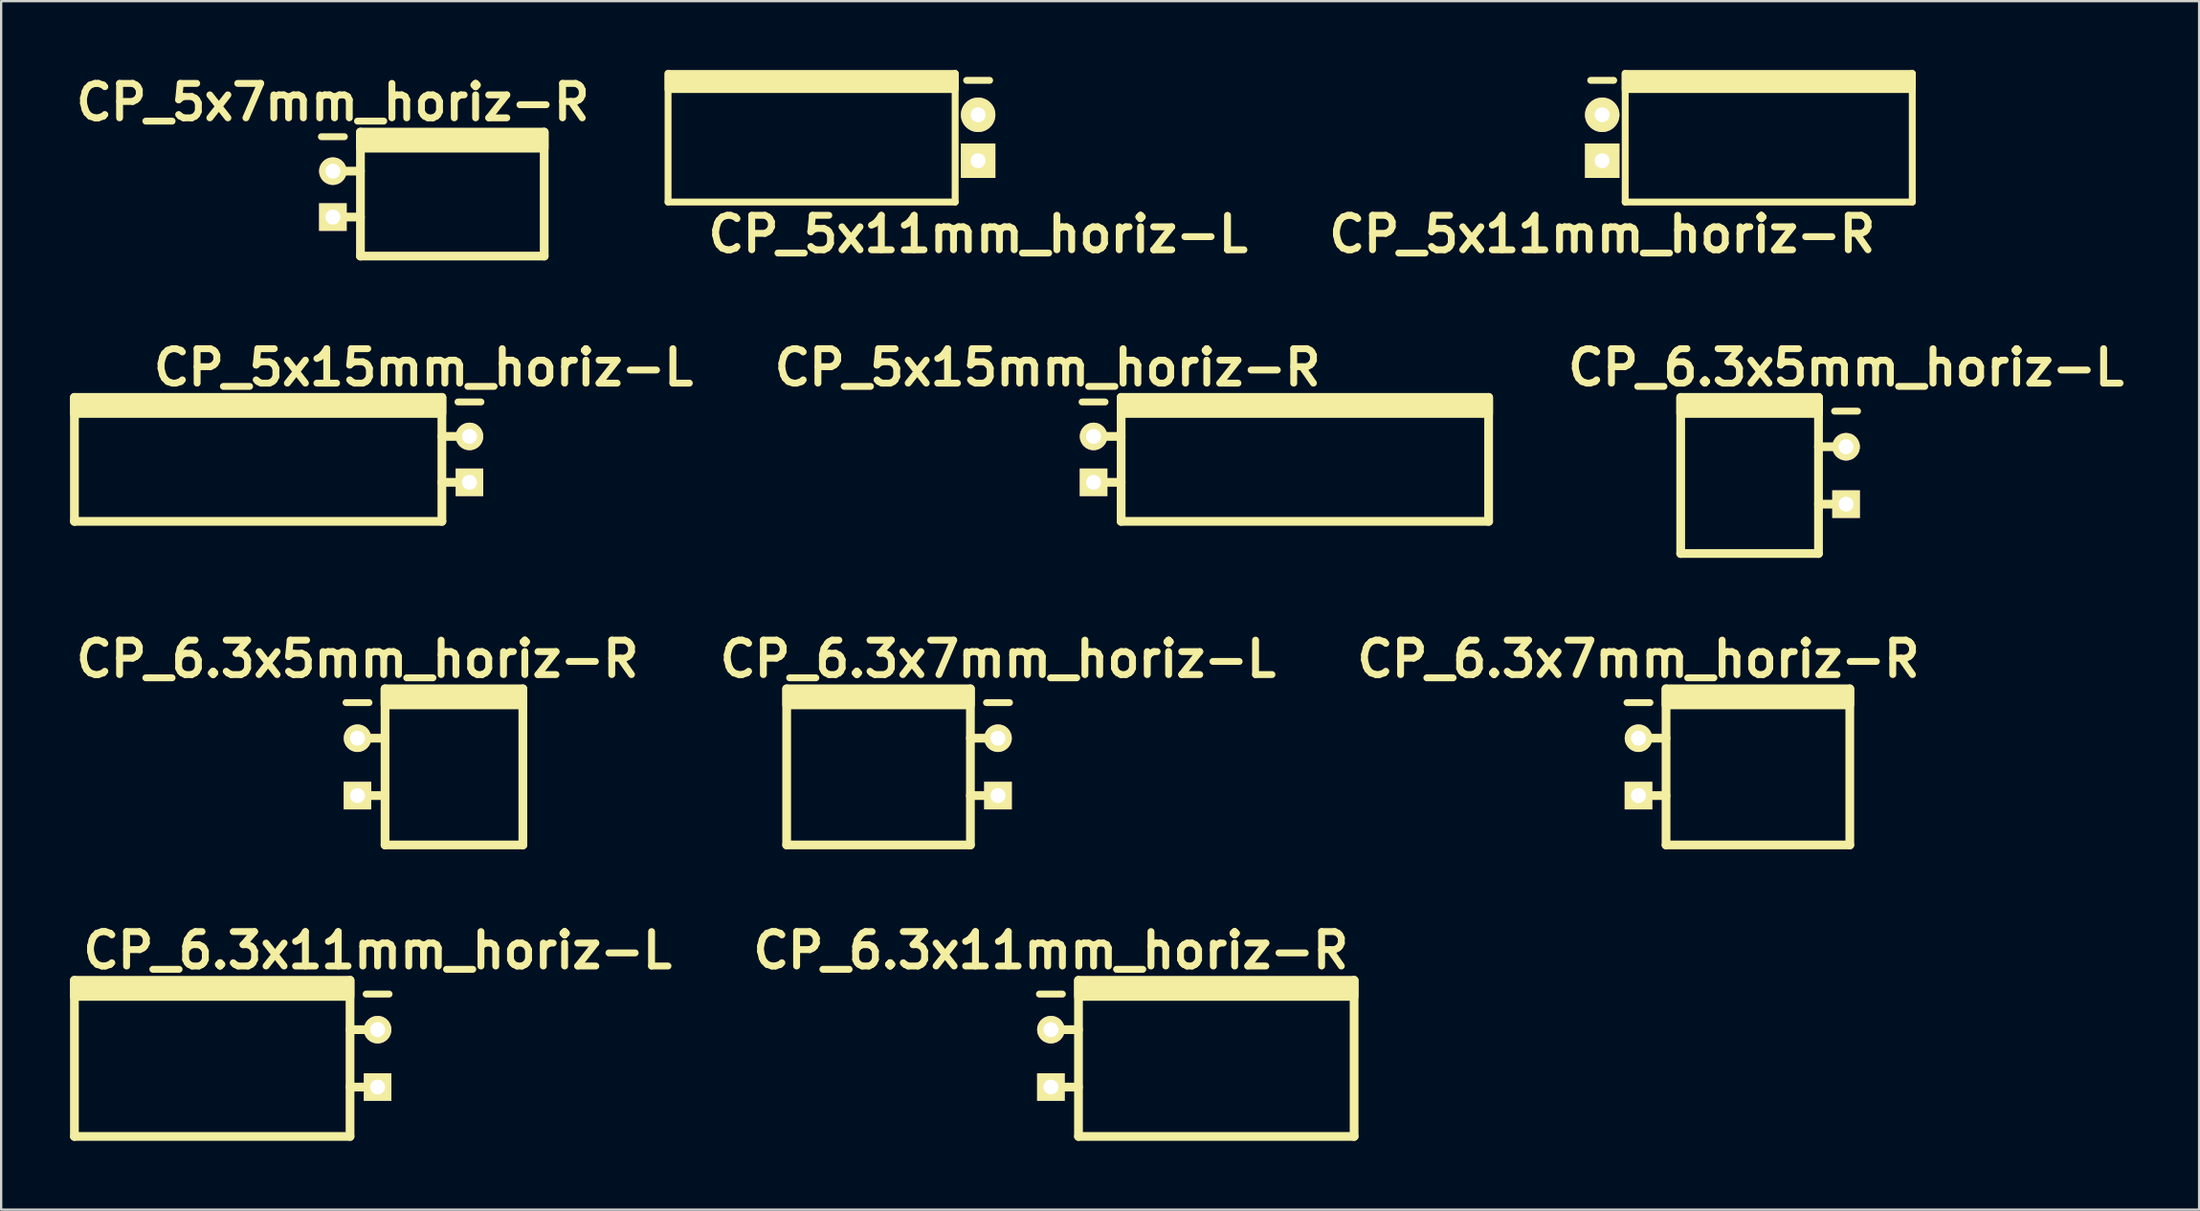
<source format=kicad_pcb>
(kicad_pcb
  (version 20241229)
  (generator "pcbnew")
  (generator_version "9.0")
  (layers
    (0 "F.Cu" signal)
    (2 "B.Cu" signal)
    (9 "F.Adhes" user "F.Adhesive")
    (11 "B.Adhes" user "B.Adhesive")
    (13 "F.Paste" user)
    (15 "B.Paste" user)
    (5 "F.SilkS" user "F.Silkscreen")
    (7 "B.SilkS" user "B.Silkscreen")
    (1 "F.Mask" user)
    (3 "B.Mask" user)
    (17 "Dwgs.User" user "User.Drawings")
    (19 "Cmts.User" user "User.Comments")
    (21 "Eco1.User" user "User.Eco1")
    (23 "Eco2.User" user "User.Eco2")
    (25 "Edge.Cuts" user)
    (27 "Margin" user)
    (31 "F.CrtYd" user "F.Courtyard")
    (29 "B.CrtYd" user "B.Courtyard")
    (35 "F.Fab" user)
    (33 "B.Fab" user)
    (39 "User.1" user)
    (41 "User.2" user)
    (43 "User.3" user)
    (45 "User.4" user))
  (footprint "CP_6.3x7mm_horiz-R"
    (layer "F.Cu")
    (at 68.286 30.352)
    (property "Reference" "CP_6.3x7mm_horiz-R" (at 0 -4.7 0) (layer "F.SilkS") (effects (font (size 1.5 1.5) (thickness 0.3))))
    (attr through_hole)
    (fp_line (start -0.5 -2.8) (end 0.5 -2.8) (stroke (width 0.3) (type solid)) (layer "F.SilkS"))
    (fp_line (start 0 -1.25) (end 1.2 -1.25) (stroke (width 0.381) (type solid)) (layer "F.SilkS"))
    (fp_line (start 0 1.25) (end 1.2 1.25) (stroke (width 0.381) (type solid)) (layer "F.SilkS"))
    (fp_line (start 1.2 3.4) (end 1.2 -3.4) (stroke (width 0.381) (type solid)) (layer "F.SilkS"))
    (fp_line (start 9.2 -3.4) (end 9.2 3.4) (stroke (width 0.381) (type solid)) (layer "F.SilkS"))
    (fp_line (start 9.2 3.4) (end 1.2 3.4) (stroke (width 0.381) (type solid)) (layer "F.SilkS"))
    (fp_poly (pts (xy 9.2 -2.7) (xy 1.2 -2.7) (xy 1.2 -3.4) (xy 9.2 -3.4)) (stroke (width 0.381) (type solid)) (fill yes) (layer "F.SilkS"))
    (pad "1" thru_hole rect (at 0 1.25) (size 1.2 1.2) (drill 0.65) (layers "*.Cu" "*.Mask" "F.SilkS"))
    (pad "2" thru_hole circle (at 0 -1.25) (size 1.2 1.2) (drill 0.65) (layers "*.Cu" "*.Mask" "F.SilkS")))
  (footprint "CP_6.3x11mm_horiz-R"
    (layer "F.Cu")
    (at 42.705 43.047)
    (property "Reference" "CP_6.3x11mm_horiz-R" (at 0 -4.7 0) (layer "F.SilkS") (effects (font (size 1.5 1.5) (thickness 0.3))))
    (attr through_hole)
    (fp_line (start -0.5 -2.8) (end 0.5 -2.8) (stroke (width 0.3) (type solid)) (layer "F.SilkS"))
    (fp_line (start 0 -1.25) (end 1.2 -1.25) (stroke (width 0.381) (type solid)) (layer "F.SilkS"))
    (fp_line (start 0 1.25) (end 1.2 1.25) (stroke (width 0.381) (type solid)) (layer "F.SilkS"))
    (fp_line (start 1.2 3.4) (end 1.2 -3.4) (stroke (width 0.381) (type solid)) (layer "F.SilkS"))
    (fp_line (start 13.2 -3.4) (end 13.2 3.4) (stroke (width 0.381) (type solid)) (layer "F.SilkS"))
    (fp_line (start 13.2 3.4) (end 1.2 3.4) (stroke (width 0.381) (type solid)) (layer "F.SilkS"))
    (fp_poly (pts (xy 13.2 -2.7) (xy 1.2 -2.7) (xy 1.2 -3.4) (xy 13.2 -3.4)) (stroke (width 0.381) (type solid)) (fill yes) (layer "F.SilkS"))
    (pad "1" thru_hole rect (at 0 1.25) (size 1.2 1.2) (drill 0.65) (layers "*.Cu" "*.Mask" "F.SilkS"))
    (pad "2" thru_hole circle (at 0 -1.25) (size 1.2 1.2) (drill 0.65) (layers "*.Cu" "*.Mask" "F.SilkS")))
  (footprint "CP_5x15mm_horiz-L"
    (layer "F.Cu")
    (at 17.39 16.958)
    (property "Reference" "CP_5x15mm_horiz-L" (at -2 -4 0) (layer "F.SilkS") (effects (font (size 1.5 1.5) (thickness 0.3))))
    (attr through_hole)
    (fp_line (start -17.2 2.7) (end -17.2 -2.7) (stroke (width 0.381) (type solid)) (layer "F.SilkS"))
    (fp_line (start -1.2 -2.7) (end -1.2 2.7) (stroke (width 0.381) (type solid)) (layer "F.SilkS"))
    (fp_line (start -1.2 -1) (end 0 -1) (stroke (width 0.381) (type solid)) (layer "F.SilkS"))
    (fp_line (start -1.2 1) (end 0 1) (stroke (width 0.381) (type solid)) (layer "F.SilkS"))
    (fp_line (start -1.2 2.7) (end -17.2 2.7) (stroke (width 0.381) (type solid)) (layer "F.SilkS"))
    (fp_line (start -0.5 -2.5) (end 0.5 -2.5) (stroke (width 0.3) (type solid)) (layer "F.SilkS"))
    (fp_poly (pts (xy -1.2 -2) (xy -17.2 -2) (xy -17.2 -2.7) (xy -1.2 -2.7)) (stroke (width 0.381) (type solid)) (fill yes) (layer "F.SilkS"))
    (pad "1" thru_hole rect (at 0 1) (size 1.2 1.2) (drill 0.65) (layers "*.Cu" "*.Mask" "F.SilkS"))
    (pad "2" thru_hole circle (at 0 -1) (size 1.2 1.2) (drill 0.65) (layers "*.Cu" "*.Mask" "F.SilkS")))
  (footprint "CP_6.3x7mm_horiz-L"
    (layer "F.Cu")
    (at 40.4 30.352)
    (property "Reference" "CP_6.3x7mm_horiz-L" (at 0 -4.7 0) (layer "F.SilkS") (effects (font (size 1.5 1.5) (thickness 0.3))))
    (attr through_hole)
    (fp_line (start -9.2 3.4) (end -9.2 -3.4) (stroke (width 0.381) (type solid)) (layer "F.SilkS"))
    (fp_line (start -1.2 -3.4) (end -1.2 3.4) (stroke (width 0.381) (type solid)) (layer "F.SilkS"))
    (fp_line (start -1.2 -1.25) (end 0 -1.25) (stroke (width 0.381) (type solid)) (layer "F.SilkS"))
    (fp_line (start -1.2 1.25) (end 0 1.25) (stroke (width 0.381) (type solid)) (layer "F.SilkS"))
    (fp_line (start -1.2 3.4) (end -9.2 3.4) (stroke (width 0.381) (type solid)) (layer "F.SilkS"))
    (fp_line (start -0.5 -2.8) (end 0.5 -2.8) (stroke (width 0.3) (type solid)) (layer "F.SilkS"))
    (fp_poly (pts (xy -1.2 -2.7) (xy -9.2 -2.7) (xy -9.2 -3.4) (xy -1.2 -3.4)) (stroke (width 0.381) (type solid)) (fill yes) (layer "F.SilkS"))
    (pad "1" thru_hole rect (at 0 1.25) (size 1.2 1.2) (drill 0.65) (layers "*.Cu" "*.Mask" "F.SilkS"))
    (pad "2" thru_hole circle (at 0 -1.25) (size 1.2 1.2) (drill 0.65) (layers "*.Cu" "*.Mask" "F.SilkS")))
  (footprint "CP_5x11mm_horiz-R"
    (layer "F.Cu")
    (at 66.707 2.95)
    (property "Reference" "CP_5x11mm_horiz-R" (at 0 4.2 0) (layer "F.SilkS") (effects (font (size 1.5 1.5) (thickness 0.3))))
    (attr through_hole)
    (fp_line (start -0.5 -2.5) (end 0.5 -2.5) (stroke (width 0.3) (type solid)) (layer "F.SilkS"))
    (fp_line (start 1 -2.8) (end 1 2.8) (stroke (width 0.3) (type solid)) (layer "F.SilkS"))
    (fp_line (start 13.5 -2.8) (end 13.5 2.8) (stroke (width 0.3) (type solid)) (layer "F.SilkS"))
    (fp_line (start 13.5 2.8) (end 1 2.8) (stroke (width 0.3) (type solid)) (layer "F.SilkS"))
    (fp_poly (pts (xy 13.5 -2.1) (xy 1 -2.1) (xy 1 -2.8) (xy 13.5 -2.8)) (stroke (width 0.3) (type solid)) (fill yes) (layer "F.SilkS"))
    (pad "1" thru_hole rect (at 0 1) (size 1.5 1.5) (drill 0.65) (layers "*.Cu" "*.Mask" "F.SilkS"))
    (pad "2" thru_hole circle (at 0 -1) (size 1.5 1.5) (drill 0.65) (layers "*.Cu" "*.Mask" "F.SilkS")))
  (footprint "CP_5x15mm_horiz-R"
    (layer "F.Cu")
    (at 44.562 16.958)
    (property "Reference" "CP_5x15mm_horiz-R" (at -2 -4 0) (layer "F.SilkS") (effects (font (size 1.5 1.5) (thickness 0.3))))
    (attr through_hole)
    (fp_line (start -0.5 -2.5) (end 0.5 -2.5) (stroke (width 0.3) (type solid)) (layer "F.SilkS"))
    (fp_line (start 0 -1) (end 1.2 -1) (stroke (width 0.381) (type solid)) (layer "F.SilkS"))
    (fp_line (start 0 1) (end 1.2 1) (stroke (width 0.381) (type solid)) (layer "F.SilkS"))
    (fp_line (start 1.2 2.7) (end 1.2 -2.7) (stroke (width 0.381) (type solid)) (layer "F.SilkS"))
    (fp_line (start 17.2 -2.7) (end 17.2 2.7) (stroke (width 0.381) (type solid)) (layer "F.SilkS"))
    (fp_line (start 17.2 2.7) (end 1.2 2.7) (stroke (width 0.381) (type solid)) (layer "F.SilkS"))
    (fp_poly (pts (xy 17.2 -2) (xy 1.2 -2) (xy 1.2 -2.7) (xy 17.2 -2.7)) (stroke (width 0.381) (type solid)) (fill yes) (layer "F.SilkS"))
    (pad "1" thru_hole rect (at 0 1) (size 1.2 1.2) (drill 0.65) (layers "*.Cu" "*.Mask" "F.SilkS"))
    (pad "2" thru_hole circle (at 0 -1) (size 1.2 1.2) (drill 0.65) (layers "*.Cu" "*.Mask" "F.SilkS")))
  (footprint "CP_6.3x11mm_horiz-L"
    (layer "F.Cu")
    (at 13.39 43.047)
    (property "Reference" "CP_6.3x11mm_horiz-L" (at 0 -4.7 0) (layer "F.SilkS") (effects (font (size 1.5 1.5) (thickness 0.3))))
    (attr through_hole)
    (fp_line (start -13.2 3.4) (end -13.2 -3.4) (stroke (width 0.381) (type solid)) (layer "F.SilkS"))
    (fp_line (start -1.2 -3.4) (end -1.2 3.4) (stroke (width 0.381) (type solid)) (layer "F.SilkS"))
    (fp_line (start -1.2 -1.25) (end 0 -1.25) (stroke (width 0.381) (type solid)) (layer "F.SilkS"))
    (fp_line (start -1.2 1.25) (end 0 1.25) (stroke (width 0.381) (type solid)) (layer "F.SilkS"))
    (fp_line (start -1.2 3.4) (end -13.2 3.4) (stroke (width 0.381) (type solid)) (layer "F.SilkS"))
    (fp_line (start -0.5 -2.8) (end 0.5 -2.8) (stroke (width 0.3) (type solid)) (layer "F.SilkS"))
    (fp_poly (pts (xy -1.2 -2.7) (xy -13.2 -2.7) (xy -13.2 -3.4) (xy -1.2 -3.4)) (stroke (width 0.381) (type solid)) (fill yes) (layer "F.SilkS"))
    (pad "1" thru_hole rect (at 0 1.25) (size 1.2 1.2) (drill 0.65) (layers "*.Cu" "*.Mask" "F.SilkS"))
    (pad "2" thru_hole circle (at 0 -1.25) (size 1.2 1.2) (drill 0.65) (layers "*.Cu" "*.Mask" "F.SilkS")))
  (footprint "CP_5x7mm_horiz-R"
    (layer "F.Cu")
    (at 11.443 5.404)
    (property "Reference" "CP_5x7mm_horiz-R" (at 0 -4 0) (layer "F.SilkS") (effects (font (size 1.5 1.5) (thickness 0.3))))
    (attr through_hole)
    (fp_line (start -0.5 -2.5) (end 0.5 -2.5) (stroke (width 0.3) (type solid)) (layer "F.SilkS"))
    (fp_line (start 0 -1) (end 1.2 -1) (stroke (width 0.381) (type solid)) (layer "F.SilkS"))
    (fp_line (start 0 1) (end 1.2 1) (stroke (width 0.381) (type solid)) (layer "F.SilkS"))
    (fp_line (start 1.2 2.7) (end 1.2 -2.7) (stroke (width 0.381) (type solid)) (layer "F.SilkS"))
    (fp_line (start 9.2 -2.7) (end 9.2 2.7) (stroke (width 0.381) (type solid)) (layer "F.SilkS"))
    (fp_line (start 9.2 2.7) (end 1.2 2.7) (stroke (width 0.381) (type solid)) (layer "F.SilkS"))
    (fp_poly (pts (xy 9.2 -2) (xy 1.2 -2) (xy 1.2 -2.7) (xy 9.2 -2.7)) (stroke (width 0.381) (type solid)) (fill yes) (layer "F.SilkS"))
    (pad "1" thru_hole rect (at 0 1) (size 1.2 1.2) (drill 0.65) (layers "*.Cu" "*.Mask" "F.SilkS"))
    (pad "2" thru_hole circle (at 0 -1) (size 1.2 1.2) (drill 0.65) (layers "*.Cu" "*.Mask" "F.SilkS")))
  (footprint "CP_6.3x5mm_horiz-R"
    (layer "F.Cu")
    (at 12.514 30.352)
    (property "Reference" "CP_6.3x5mm_horiz-R" (at 0 -4.7 0) (layer "F.SilkS") (effects (font (size 1.5 1.5) (thickness 0.3))))
    (attr through_hole)
    (fp_line (start -0.5 -2.8) (end 0.5 -2.8) (stroke (width 0.3) (type solid)) (layer "F.SilkS"))
    (fp_line (start 0 -1.25) (end 1.2 -1.25) (stroke (width 0.381) (type solid)) (layer "F.SilkS"))
    (fp_line (start 0 1.25) (end 1.2 1.25) (stroke (width 0.381) (type solid)) (layer "F.SilkS"))
    (fp_line (start 1.2 3.4) (end 1.2 -3.4) (stroke (width 0.381) (type solid)) (layer "F.SilkS"))
    (fp_line (start 7.2 -3.4) (end 7.2 3.4) (stroke (width 0.381) (type solid)) (layer "F.SilkS"))
    (fp_line (start 7.2 3.4) (end 1.2 3.4) (stroke (width 0.381) (type solid)) (layer "F.SilkS"))
    (fp_poly (pts (xy 7.2 -2.7) (xy 1.2 -2.7) (xy 1.2 -3.4) (xy 7.2 -3.4)) (stroke (width 0.381) (type solid)) (fill yes) (layer "F.SilkS"))
    (pad "1" thru_hole rect (at 0 1.25) (size 1.2 1.2) (drill 0.65) (layers "*.Cu" "*.Mask" "F.SilkS"))
    (pad "2" thru_hole circle (at 0 -1.25) (size 1.2 1.2) (drill 0.65) (layers "*.Cu" "*.Mask" "F.SilkS")))
  (footprint "CP_6.3x5mm_horiz-L"
    (layer "F.Cu")
    (at 77.324 17.658)
    (property "Reference" "CP_6.3x5mm_horiz-L" (at 0 -4.7 0) (layer "F.SilkS") (effects (font (size 1.5 1.5) (thickness 0.3))))
    (attr through_hole)
    (fp_line (start -7.2 3.4) (end -7.2 -3.4) (stroke (width 0.381) (type solid)) (layer "F.SilkS"))
    (fp_line (start -1.2 -3.4) (end -1.2 3.4) (stroke (width 0.381) (type solid)) (layer "F.SilkS"))
    (fp_line (start -1.2 -1.25) (end 0 -1.25) (stroke (width 0.381) (type solid)) (layer "F.SilkS"))
    (fp_line (start -1.2 1.25) (end 0 1.25) (stroke (width 0.381) (type solid)) (layer "F.SilkS"))
    (fp_line (start -1.2 3.4) (end -7.2 3.4) (stroke (width 0.381) (type solid)) (layer "F.SilkS"))
    (fp_line (start -0.5 -2.8) (end 0.5 -2.8) (stroke (width 0.3) (type solid)) (layer "F.SilkS"))
    (fp_poly (pts (xy -1.2 -2.7) (xy -7.2 -2.7) (xy -7.2 -3.4) (xy -1.2 -3.4)) (stroke (width 0.381) (type solid)) (fill yes) (layer "F.SilkS"))
    (pad "1" thru_hole rect (at 0 1.25) (size 1.2 1.2) (drill 0.65) (layers "*.Cu" "*.Mask" "F.SilkS"))
    (pad "2" thru_hole circle (at 0 -1.25) (size 1.2 1.2) (drill 0.65) (layers "*.Cu" "*.Mask" "F.SilkS")))
  (footprint "CP_5x11mm_horiz-L"
    (layer "F.Cu")
    (at 39.536 2.95)
    (property "Reference" "CP_5x11mm_horiz-L" (at 0 4.2 0) (layer "F.SilkS") (effects (font (size 1.5 1.5) (thickness 0.3))))
    (attr through_hole)
    (fp_line (start -13.5 -2.8) (end -13.5 2.8) (stroke (width 0.3) (type solid)) (layer "F.SilkS"))
    (fp_line (start -1 -2.8) (end -1 2.8) (stroke (width 0.3) (type solid)) (layer "F.SilkS"))
    (fp_line (start -1 2.8) (end -13.5 2.8) (stroke (width 0.3) (type solid)) (layer "F.SilkS"))
    (fp_line (start 0.5 -2.5) (end -0.5 -2.5) (stroke (width 0.3) (type solid)) (layer "F.SilkS"))
    (fp_poly (pts (xy -1 -2.1) (xy -13.5 -2.1) (xy -13.5 -2.8) (xy -1 -2.8)) (stroke (width 0.3) (type solid)) (fill yes) (layer "F.SilkS"))
    (pad "1" thru_hole rect (at 0 1) (size 1.5 1.5) (drill 0.65) (layers "*.Cu" "*.Mask" "F.SilkS"))
    (pad "2" thru_hole circle (at 0 -1) (size 1.5 1.5) (drill 0.65) (layers "*.Cu" "*.Mask" "F.SilkS")))
  (gr_rect
    (start -3 -3)
    (end 92.695 49.638)
    (stroke (width 0.1) (type default))
    (fill no)
    (layer "Edge.Cuts")))
</source>
